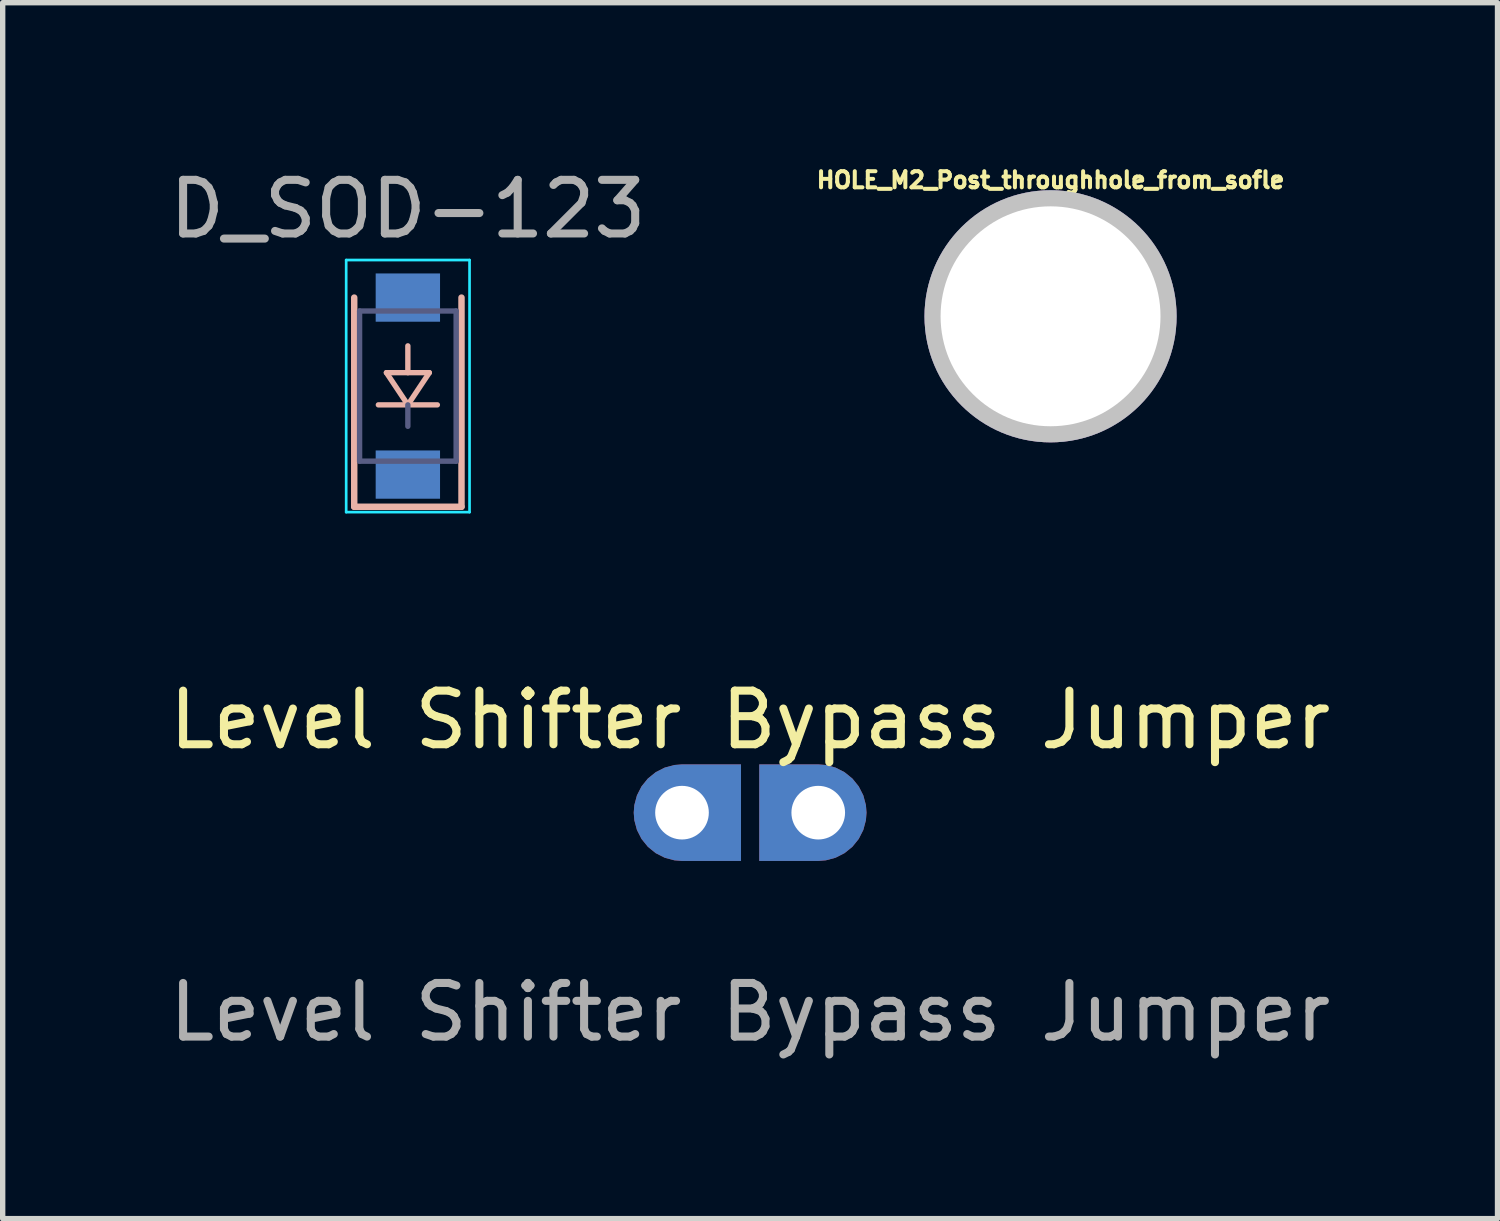
<source format=kicad_pcb>
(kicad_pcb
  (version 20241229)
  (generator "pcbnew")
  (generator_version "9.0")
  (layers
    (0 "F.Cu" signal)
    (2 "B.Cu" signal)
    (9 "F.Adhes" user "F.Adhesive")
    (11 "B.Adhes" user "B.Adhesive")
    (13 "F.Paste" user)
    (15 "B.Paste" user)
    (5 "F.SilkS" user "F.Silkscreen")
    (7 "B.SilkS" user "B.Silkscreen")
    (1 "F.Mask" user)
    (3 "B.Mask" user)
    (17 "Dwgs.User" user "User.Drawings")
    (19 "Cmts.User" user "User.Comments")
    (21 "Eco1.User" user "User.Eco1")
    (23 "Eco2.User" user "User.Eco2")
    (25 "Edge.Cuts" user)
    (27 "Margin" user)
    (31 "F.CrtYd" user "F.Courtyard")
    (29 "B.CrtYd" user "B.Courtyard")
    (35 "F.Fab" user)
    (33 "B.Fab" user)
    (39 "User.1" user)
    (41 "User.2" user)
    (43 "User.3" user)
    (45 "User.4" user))
  (footprint "Level Shifter Bypass Jumper"
    (layer "F.Cu")
    (at 10.935 12.101)
    (property "Reference" "Level Shifter Bypass Jumper" (at 0 -1.73 0) (unlocked yes) (layer "F.SilkS") (effects (font (size 1 1) (thickness 0.15))))
    (attr through_hole exclude_from_pos_files exclude_from_bom)
    (fp_text user "${REFERENCE}" (at 0 3.72 0) (unlocked yes) (layer "F.Fab") (effects (font (size 1 1) (thickness 0.15))))
    (pad "1" thru_hole roundrect (at -1.27 0) (size 2 1.8) (drill 1 (offset 0.1 0)) (layers "*.Cu" "*.Mask") (roundrect_rratio 0.5) (chamfer_ratio 0) (chamfer top_right bottom_right))
    (pad "2" thru_hole roundrect (at 1.27 0) (size 2 1.8) (drill 1 (offset -0.1 0)) (layers "*.Cu" "*.Mask") (roundrect_rratio 0.5) (chamfer_ratio 0) (chamfer top_left bottom_left)))
  (footprint "HOLE_M2_Post_throughhole_from_sofle"
    (layer "F.Cu")
    (at 16.536 2.847)
    (property "Reference" "HOLE_M2_Post_throughhole_from_sofle" (at 0 -2.54 0) (layer "F.SilkS") (effects (font (size 0.3 0.3) (thickness 0.076))))
    (attr through_hole)
    (fp_line (start -0.25 0) (end 0.25 0) (stroke (width 0.12) (type default)) (layer "Dwgs.User"))
    (fp_line (start 0 0.25) (end 0 -0.25) (stroke (width 0.12) (type default)) (layer "Dwgs.User"))
    (pad "" thru_hole circle (at 0 0 90) (size 4.7 4.7) (drill 4.1) (layers "*.Cu" "*.Mask" "Dwgs.User")))
  (footprint "D_SOD-123"
    (layer "F.Cu")
    (at 4.554 4.148)
    (property "Reference" "D_SOD-123" (at 0 -3.3 180) (layer "F.Fab") (effects (font (size 1 1) (thickness 0.15))))
    (attr smd)
    (fp_line (start -1 2.25) (end -1 -1.65) (stroke (width 0.12) (type solid)) (layer "B.SilkS"))
    (fp_line (start -0.4 -0.25) (end 0 0.35) (stroke (width 0.1) (type solid)) (layer "B.SilkS"))
    (fp_line (start 0 -0.25) (end 0 -0.75) (stroke (width 0.1) (type solid)) (layer "B.SilkS"))
    (fp_line (start 0 0.35) (end -0.55 0.35) (stroke (width 0.1) (type solid)) (layer "B.SilkS"))
    (fp_line (start 0 0.35) (end 0.4 -0.25) (stroke (width 0.1) (type solid)) (layer "B.SilkS"))
    (fp_line (start 0 0.35) (end 0.55 0.35) (stroke (width 0.1) (type solid)) (layer "B.SilkS"))
    (fp_line (start 0.4 -0.25) (end -0.4 -0.25) (stroke (width 0.1) (type solid)) (layer "B.SilkS"))
    (fp_line (start 1 2.25) (end -1 2.25) (stroke (width 0.12) (type solid)) (layer "B.SilkS"))
    (fp_line (start 1 2.25) (end 1 -1.65) (stroke (width 0.12) (type solid)) (layer "B.SilkS"))
    (fp_line (start -1.15 -2.35) (end -1.15 2.35) (stroke (width 0.05) (type solid)) (layer "B.CrtYd"))
    (fp_line (start 1.15 -2.35) (end -1.15 -2.35) (stroke (width 0.05) (type solid)) (layer "B.CrtYd"))
    (fp_line (start 1.15 2.35) (end -1.15 2.35) (stroke (width 0.05) (type solid)) (layer "B.CrtYd"))
    (fp_line (start 1.15 2.35) (end 1.15 -2.35) (stroke (width 0.05) (type solid)) (layer "B.CrtYd"))
    (fp_line (start -0.9 -1.4) (end -0.9 1.4) (stroke (width 0.1) (type solid)) (layer "B.Fab"))
    (fp_line (start -0.9 1.4) (end 0.9 1.4) (stroke (width 0.1) (type solid)) (layer "B.Fab"))
    (fp_line (start 0 0.75) (end 0 0.35) (stroke (width 0.1) (type solid)) (layer "B.Fab"))
    (fp_line (start 0.9 -1.4) (end -0.9 -1.4) (stroke (width 0.1) (type solid)) (layer "B.Fab"))
    (fp_line (start 0.9 1.4) (end 0.9 -1.4) (stroke (width 0.1) (type solid)) (layer "B.Fab"))
    (pad "1" smd rect (at 0 1.65 270) (size 0.9 1.2) (layers "B.Cu" "B.Mask" "B.Paste"))
    (pad "2" smd rect (at 0 -1.65 270) (size 0.9 1.2) (layers "B.Cu" "B.Mask" "B.Paste")))
  (gr_rect
    (start -3 -3)
    (end 24.869 19.67)
    (stroke (width 0.1) (type default))
    (fill no)
    (layer "Edge.Cuts")))
</source>
